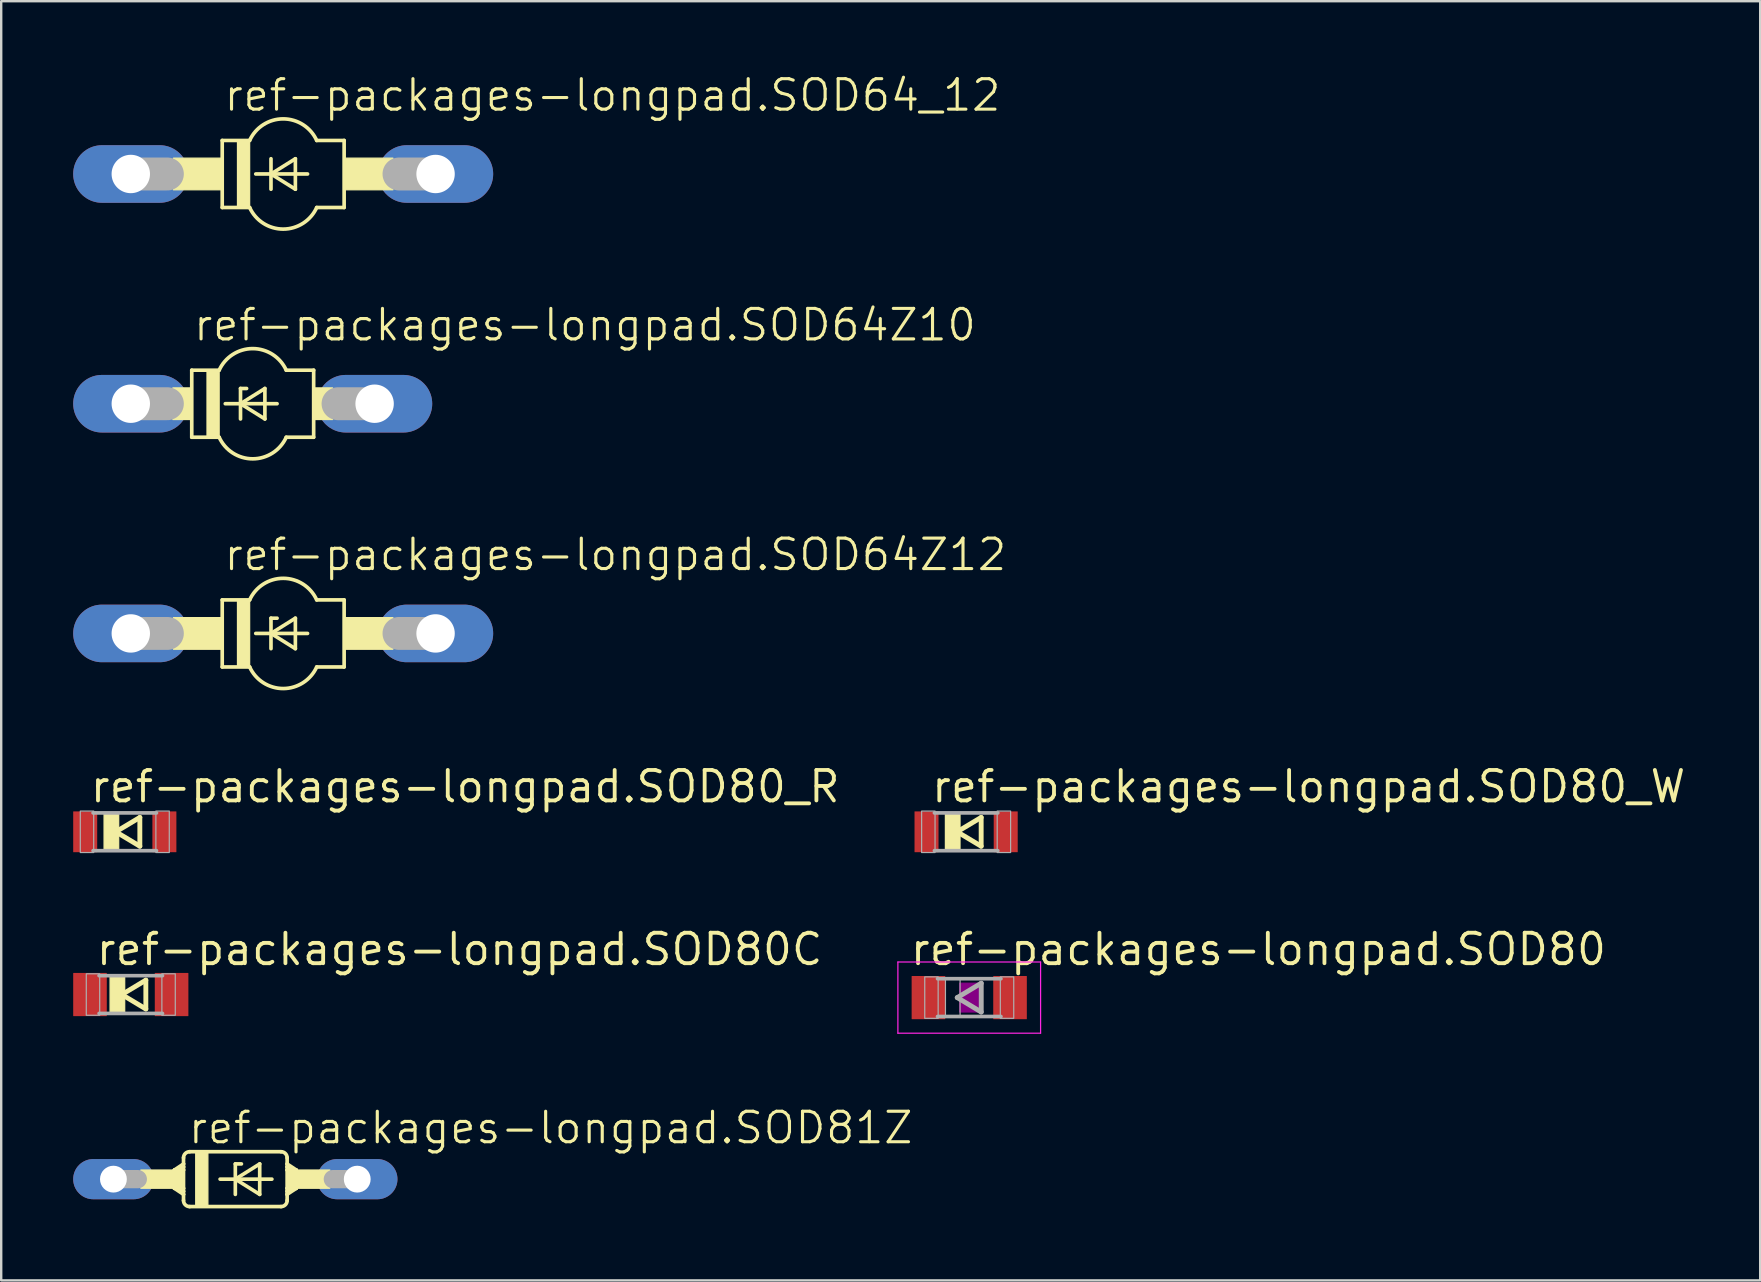
<source format=kicad_pcb>
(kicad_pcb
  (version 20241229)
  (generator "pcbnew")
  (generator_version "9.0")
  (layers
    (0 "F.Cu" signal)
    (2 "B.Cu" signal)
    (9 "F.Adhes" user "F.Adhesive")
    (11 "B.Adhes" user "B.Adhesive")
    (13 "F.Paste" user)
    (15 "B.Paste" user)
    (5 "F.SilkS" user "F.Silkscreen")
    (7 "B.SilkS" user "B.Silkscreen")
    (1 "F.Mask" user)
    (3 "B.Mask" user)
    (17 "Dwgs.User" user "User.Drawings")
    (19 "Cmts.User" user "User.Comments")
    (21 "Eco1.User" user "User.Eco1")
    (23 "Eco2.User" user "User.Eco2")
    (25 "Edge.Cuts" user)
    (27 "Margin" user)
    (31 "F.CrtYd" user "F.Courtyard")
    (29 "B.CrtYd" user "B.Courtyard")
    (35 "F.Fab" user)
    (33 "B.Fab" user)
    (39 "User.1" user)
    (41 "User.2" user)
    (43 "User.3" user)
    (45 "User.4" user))
  (footprint "ref-packages-longpad.SOD64Z12"
    (layer "F.Cu")
    (at 8.75 23.345)
    (property "Reference" "ref-packages-longpad.SOD64Z12" (at -2.54 -2.54 0) (layer "F.SilkS") (effects (font (size 1.27 1.27) (thickness 0.13)) (justify left bottom)))
    (attr through_hole)
    (fp_line (start -2.54 -1.397) (end -2.54 1.397) (stroke (width 0.152) (type default)) (layer "F.SilkS"))
    (fp_line (start -2.54 -1.397) (end -1.397 -1.397) (stroke (width 0.152) (type default)) (layer "F.SilkS"))
    (fp_line (start -2.54 1.397) (end -1.397 1.397) (stroke (width 0.152) (type default)) (layer "F.SilkS"))
    (fp_line (start -1.143 0) (end -0.508 0) (stroke (width 0.152) (type default)) (layer "F.SilkS"))
    (fp_line (start -0.508 -0.635) (end -0.508 0) (stroke (width 0.152) (type default)) (layer "F.SilkS"))
    (fp_line (start -0.508 0) (end -0.508 0.635) (stroke (width 0.152) (type default)) (layer "F.SilkS"))
    (fp_line (start -0.508 0) (end 0.508 -0.635) (stroke (width 0.152) (type default)) (layer "F.SilkS"))
    (fp_line (start -0.508 0) (end 1.016 0) (stroke (width 0.152) (type default)) (layer "F.SilkS"))
    (fp_line (start -0.254 -0.635) (end -0.508 -0.635) (stroke (width 0.152) (type default)) (layer "F.SilkS"))
    (fp_line (start 0.508 -0.635) (end 0.508 0.635) (stroke (width 0.152) (type default)) (layer "F.SilkS"))
    (fp_line (start 0.508 0.635) (end -0.508 0) (stroke (width 0.152) (type default)) (layer "F.SilkS"))
    (fp_line (start 1.397 1.397) (end 2.54 1.397) (stroke (width 0.152) (type default)) (layer "F.SilkS"))
    (fp_line (start 2.54 -1.397) (end 1.397 -1.397) (stroke (width 0.152) (type default)) (layer "F.SilkS"))
    (fp_line (start 2.54 1.397) (end 2.54 -1.397) (stroke (width 0.152) (type default)) (layer "F.SilkS"))
    (fp_rect (start -4.572 0.66) (end -2.54 -0.66) (stroke (width 0.05) (type default)) (fill yes) (layer "F.SilkS"))
    (fp_rect (start -1.905 1.397) (end -1.397 -1.397) (stroke (width 0.05) (type default)) (fill yes) (layer "F.SilkS"))
    (fp_rect (start 2.54 0.66) (end 4.572 -0.66) (stroke (width 0.05) (type default)) (fill yes) (layer "F.SilkS"))
    (fp_arc (start -1.397 -1.397) (mid 0 -2.296547) (end 1.397 -1.397) (stroke (width 0.1524) (type default)) (layer "F.SilkS"))
    (fp_arc (start 1.397 1.397) (mid 0 2.296547) (end -1.397 1.397) (stroke (width 0.1524) (type default)) (layer "F.SilkS"))
    (fp_line (start -6.35 0) (end -4.826 0) (stroke (width 1.372) (type default)) (layer "F.Fab"))
    (fp_line (start 6.35 0) (end 4.826 0) (stroke (width 1.372) (type default)) (layer "F.Fab"))
    (pad "A" thru_hole oval (at 6.35 0) (size 4.801 2.4) (drill 1.6) (layers "*.Cu" "*.Mask"))
    (pad "C" thru_hole oval (at -6.35 0) (size 4.801 2.4) (drill 1.6) (layers "*.Cu" "*.Mask")))
  (footprint "ref-packages-longpad.SOD80C"
    (layer "F.Cu")
    (at 2.4 38.393)
    (property "Reference" "ref-packages-longpad.SOD80C" (at -1.524 -1.143 0) (layer "F.SilkS") (effects (font (size 1.27 1.27) (thickness 0.16)) (justify left bottom)))
    (attr smd)
    (fp_line (start -0.373 0) (end 0.627 0.6) (stroke (width 0.203) (type default)) (layer "F.SilkS"))
    (fp_line (start 0.627 -0.6) (end -0.373 0) (stroke (width 0.203) (type default)) (layer "F.SilkS"))
    (fp_line (start 0.627 0.6) (end 0.627 -0.6) (stroke (width 0.203) (type default)) (layer "F.SilkS"))
    (fp_rect (start -0.864 0.787) (end -0.254 -0.787) (stroke (width 0.05) (type default)) (fill yes) (layer "F.SilkS"))
    (fp_line (start 1.321 -0.787) (end -1.321 -0.787) (stroke (width 0.152) (type default)) (layer "F.Fab"))
    (fp_line (start 1.321 0.787) (end -1.321 0.787) (stroke (width 0.152) (type default)) (layer "F.Fab"))
    (fp_rect (start -1.854 0.864) (end -1.295 -0.864) (stroke (width 0.05) (type default)) (fill no) (layer "F.Fab"))
    (fp_rect (start 1.295 0.864) (end 1.854 -0.864) (stroke (width 0.05) (type default)) (fill no) (layer "F.Fab"))
    (pad "A" smd roundrect (at 1.7 0) (size 1.4 1.8) (layers "F.Cu" "F.Mask" "F.Paste") (roundrect_rratio 0.01))
    (pad "C" smd roundrect (at -1.7 0) (size 1.4 1.8) (layers "F.Cu" "F.Mask" "F.Paste") (roundrect_rratio 0.01)))
  (footprint "ref-packages-longpad.SOD80_R"
    (layer "F.Cu")
    (at 2.15 31.611)
    (property "Reference" "ref-packages-longpad.SOD80_R" (at -1.524 -1.143 0) (layer "F.SilkS") (effects (font (size 1.27 1.27) (thickness 0.16)) (justify left bottom)))
    (attr smd)
    (fp_line (start -0.373 0) (end 0.627 0.6) (stroke (width 0.203) (type default)) (layer "F.SilkS"))
    (fp_line (start 0.627 -0.6) (end -0.373 0) (stroke (width 0.203) (type default)) (layer "F.SilkS"))
    (fp_line (start 0.627 0.6) (end 0.627 -0.6) (stroke (width 0.203) (type default)) (layer "F.SilkS"))
    (fp_rect (start -0.864 0.787) (end -0.254 -0.787) (stroke (width 0.05) (type default)) (fill yes) (layer "F.SilkS"))
    (fp_line (start 1.321 -0.787) (end -1.321 -0.787) (stroke (width 0.152) (type default)) (layer "F.Fab"))
    (fp_line (start 1.321 0.787) (end -1.321 0.787) (stroke (width 0.152) (type default)) (layer "F.Fab"))
    (fp_rect (start -1.854 0.864) (end -1.295 -0.864) (stroke (width 0.05) (type default)) (fill no) (layer "F.Fab"))
    (fp_rect (start 1.295 0.864) (end 1.854 -0.864) (stroke (width 0.05) (type default)) (fill no) (layer "F.Fab"))
    (pad "A" smd roundrect (at 1.65 0) (size 1 1.7) (layers "F.Cu" "F.Mask" "F.Paste") (roundrect_rratio 0.01))
    (pad "C" smd roundrect (at -1.65 0) (size 1 1.7) (layers "F.Cu" "F.Mask" "F.Paste") (roundrect_rratio 0.01)))
  (footprint "ref-packages-longpad.SOD80"
    (layer "F.Cu")
    (at 37.338 38.52)
    (property "Reference" "ref-packages-longpad.SOD80" (at -2.54 -1.27 0) (layer "F.SilkS") (effects (font (size 1.27 1.27) (thickness 0.16)) (justify left bottom)))
    (attr smd)
    (fp_rect (start -0.4 0.6) (end 0.4 -0.6) (stroke (width 0.05) (type default)) (fill yes) (layer "F.Adhes"))
    (fp_line (start -2.973 -1.483) (end 2.973 -1.483) (stroke (width 0.051) (type default)) (layer "F.CrtYd"))
    (fp_line (start -2.973 1.483) (end -2.973 -1.483) (stroke (width 0.051) (type default)) (layer "F.CrtYd"))
    (fp_line (start 2.973 -1.483) (end 2.973 1.483) (stroke (width 0.051) (type default)) (layer "F.CrtYd"))
    (fp_line (start 2.973 1.483) (end -2.973 1.483) (stroke (width 0.051) (type default)) (layer "F.CrtYd"))
    (fp_line (start -0.5 0) (end 0.5 0.6) (stroke (width 0.203) (type default)) (layer "F.Fab"))
    (fp_line (start 0.5 -0.6) (end -0.5 0) (stroke (width 0.203) (type default)) (layer "F.Fab"))
    (fp_line (start 0.5 0.6) (end 0.5 -0.6) (stroke (width 0.203) (type default)) (layer "F.Fab"))
    (fp_line (start 1.321 -0.787) (end -1.321 -0.787) (stroke (width 0.152) (type default)) (layer "F.Fab"))
    (fp_line (start 1.321 0.787) (end -1.321 0.787) (stroke (width 0.152) (type default)) (layer "F.Fab"))
    (fp_rect (start -1.854 0.864) (end -1.295 -0.864) (stroke (width 0.05) (type default)) (fill no) (layer "F.Fab"))
    (fp_rect (start -0.991 0.787) (end -0.381 -0.787) (stroke (width 0.05) (type default)) (fill no) (layer "F.Fab"))
    (fp_rect (start 1.295 0.864) (end 1.854 -0.864) (stroke (width 0.05) (type default)) (fill no) (layer "F.Fab"))
    (pad "1" smd roundrect (at -1.7 0) (size 1.4 1.8) (layers "F.Cu" "F.Mask" "F.Paste") (roundrect_rratio 0.01))
    (pad "2" smd roundrect (at 1.7 0) (size 1.4 1.8) (layers "F.Cu" "F.Mask" "F.Paste") (roundrect_rratio 0.01)))
  (footprint "ref-packages-longpad.SOD64_12"
    (layer "F.Cu")
    (at 8.75 4.2)
    (property "Reference" "ref-packages-longpad.SOD64_12" (at -2.54 -2.54 0) (layer "F.SilkS") (effects (font (size 1.27 1.27) (thickness 0.13)) (justify left bottom)))
    (attr through_hole)
    (fp_line (start -2.54 -1.397) (end -2.54 1.397) (stroke (width 0.152) (type default)) (layer "F.SilkS"))
    (fp_line (start -2.54 -1.397) (end -1.397 -1.397) (stroke (width 0.152) (type default)) (layer "F.SilkS"))
    (fp_line (start -2.54 1.397) (end -1.397 1.397) (stroke (width 0.152) (type default)) (layer "F.SilkS"))
    (fp_line (start -1.143 0) (end -0.508 0) (stroke (width 0.152) (type default)) (layer "F.SilkS"))
    (fp_line (start -0.508 -0.635) (end -0.508 0) (stroke (width 0.152) (type default)) (layer "F.SilkS"))
    (fp_line (start -0.508 0) (end -0.508 0.635) (stroke (width 0.152) (type default)) (layer "F.SilkS"))
    (fp_line (start -0.508 0) (end 0.508 -0.635) (stroke (width 0.152) (type default)) (layer "F.SilkS"))
    (fp_line (start -0.508 0) (end 1.016 0) (stroke (width 0.152) (type default)) (layer "F.SilkS"))
    (fp_line (start 0.508 -0.635) (end 0.508 0.635) (stroke (width 0.152) (type default)) (layer "F.SilkS"))
    (fp_line (start 0.508 0.635) (end -0.508 0) (stroke (width 0.152) (type default)) (layer "F.SilkS"))
    (fp_line (start 1.397 1.397) (end 2.54 1.397) (stroke (width 0.152) (type default)) (layer "F.SilkS"))
    (fp_line (start 2.54 -1.397) (end 1.397 -1.397) (stroke (width 0.152) (type default)) (layer "F.SilkS"))
    (fp_line (start 2.54 1.397) (end 2.54 -1.397) (stroke (width 0.152) (type default)) (layer "F.SilkS"))
    (fp_rect (start -4.572 0.66) (end -2.54 -0.66) (stroke (width 0.05) (type default)) (fill yes) (layer "F.SilkS"))
    (fp_rect (start -1.905 1.397) (end -1.397 -1.397) (stroke (width 0.05) (type default)) (fill yes) (layer "F.SilkS"))
    (fp_rect (start 2.54 0.66) (end 4.572 -0.66) (stroke (width 0.05) (type default)) (fill yes) (layer "F.SilkS"))
    (fp_arc (start -1.397 -1.397) (mid 0 -2.296547) (end 1.397 -1.397) (stroke (width 0.1524) (type default)) (layer "F.SilkS"))
    (fp_arc (start 1.397 1.397) (mid 0 2.296547) (end -1.397 1.397) (stroke (width 0.1524) (type default)) (layer "F.SilkS"))
    (fp_line (start -6.35 0) (end -4.826 0) (stroke (width 1.372) (type default)) (layer "F.Fab"))
    (fp_line (start 6.35 0) (end 4.826 0) (stroke (width 1.372) (type default)) (layer "F.Fab"))
    (pad "A" thru_hole oval (at 6.35 0) (size 4.801 2.4) (drill 1.6) (layers "*.Cu" "*.Mask"))
    (pad "C" thru_hole oval (at -6.35 0) (size 4.801 2.4) (drill 1.6) (layers "*.Cu" "*.Mask")))
  (footprint "ref-packages-longpad.SOD80_W"
    (layer "F.Cu")
    (at 37.208 31.611)
    (property "Reference" "ref-packages-longpad.SOD80_W" (at -1.524 -1.143 0) (layer "F.SilkS") (effects (font (size 1.27 1.27) (thickness 0.16)) (justify left bottom)))
    (attr smd)
    (fp_line (start -0.373 0) (end 0.627 0.6) (stroke (width 0.203) (type default)) (layer "F.SilkS"))
    (fp_line (start 0.627 -0.6) (end -0.373 0) (stroke (width 0.203) (type default)) (layer "F.SilkS"))
    (fp_line (start 0.627 0.6) (end 0.627 -0.6) (stroke (width 0.203) (type default)) (layer "F.SilkS"))
    (fp_rect (start -0.864 0.787) (end -0.254 -0.787) (stroke (width 0.05) (type default)) (fill yes) (layer "F.SilkS"))
    (fp_line (start 1.321 -0.787) (end -1.321 -0.787) (stroke (width 0.152) (type default)) (layer "F.Fab"))
    (fp_line (start 1.321 0.787) (end -1.321 0.787) (stroke (width 0.152) (type default)) (layer "F.Fab"))
    (fp_rect (start -1.854 0.864) (end -1.295 -0.864) (stroke (width 0.05) (type default)) (fill no) (layer "F.Fab"))
    (fp_rect (start 1.295 0.864) (end 1.854 -0.864) (stroke (width 0.05) (type default)) (fill no) (layer "F.Fab"))
    (pad "A" smd roundrect (at 1.65 0) (size 1 1.7) (layers "F.Cu" "F.Mask" "F.Paste") (roundrect_rratio 0.01))
    (pad "C" smd roundrect (at -1.65 0) (size 1 1.7) (layers "F.Cu" "F.Mask" "F.Paste") (roundrect_rratio 0.01)))
  (footprint "ref-packages-longpad.SOD64Z10"
    (layer "F.Cu")
    (at 7.48 13.773)
    (property "Reference" "ref-packages-longpad.SOD64Z10" (at -2.54 -2.54 0) (layer "F.SilkS") (effects (font (size 1.27 1.27) (thickness 0.13)) (justify left bottom)))
    (attr through_hole)
    (fp_line (start -2.54 -1.397) (end -2.54 1.397) (stroke (width 0.152) (type default)) (layer "F.SilkS"))
    (fp_line (start -2.54 -1.397) (end -1.397 -1.397) (stroke (width 0.152) (type default)) (layer "F.SilkS"))
    (fp_line (start -2.54 1.397) (end -1.397 1.397) (stroke (width 0.152) (type default)) (layer "F.SilkS"))
    (fp_line (start -1.143 0) (end -0.508 0) (stroke (width 0.152) (type default)) (layer "F.SilkS"))
    (fp_line (start -0.508 -0.635) (end -0.508 0) (stroke (width 0.152) (type default)) (layer "F.SilkS"))
    (fp_line (start -0.508 0) (end -0.508 0.635) (stroke (width 0.152) (type default)) (layer "F.SilkS"))
    (fp_line (start -0.508 0) (end 0.508 -0.635) (stroke (width 0.152) (type default)) (layer "F.SilkS"))
    (fp_line (start -0.508 0) (end 1.016 0) (stroke (width 0.152) (type default)) (layer "F.SilkS"))
    (fp_line (start -0.254 -0.635) (end -0.508 -0.635) (stroke (width 0.152) (type default)) (layer "F.SilkS"))
    (fp_line (start 0.508 -0.635) (end 0.508 0.635) (stroke (width 0.152) (type default)) (layer "F.SilkS"))
    (fp_line (start 0.508 0.635) (end -0.508 0) (stroke (width 0.152) (type default)) (layer "F.SilkS"))
    (fp_line (start 1.397 1.397) (end 2.54 1.397) (stroke (width 0.152) (type default)) (layer "F.SilkS"))
    (fp_line (start 2.54 -1.397) (end 1.397 -1.397) (stroke (width 0.152) (type default)) (layer "F.SilkS"))
    (fp_line (start 2.54 1.397) (end 2.54 -1.397) (stroke (width 0.152) (type default)) (layer "F.SilkS"))
    (fp_rect (start -3.327 0.66) (end -2.54 -0.66) (stroke (width 0.05) (type default)) (fill yes) (layer "F.SilkS"))
    (fp_rect (start -1.905 1.397) (end -1.397 -1.397) (stroke (width 0.05) (type default)) (fill yes) (layer "F.SilkS"))
    (fp_rect (start 2.54 0.66) (end 3.327 -0.66) (stroke (width 0.05) (type default)) (fill yes) (layer "F.SilkS"))
    (fp_arc (start -1.397 -1.397) (mid 0 -2.296547) (end 1.397 -1.397) (stroke (width 0.1524) (type default)) (layer "F.SilkS"))
    (fp_arc (start 1.397 1.397) (mid 0 2.296547) (end -1.397 1.397) (stroke (width 0.1524) (type default)) (layer "F.SilkS"))
    (fp_line (start -5.08 0) (end -3.556 0) (stroke (width 1.372) (type default)) (layer "F.Fab"))
    (fp_line (start 5.08 0) (end 3.556 0) (stroke (width 1.372) (type default)) (layer "F.Fab"))
    (pad "A" thru_hole oval (at 5.08 0) (size 4.801 2.4) (drill 1.6) (layers "*.Cu" "*.Mask"))
    (pad "C" thru_hole oval (at -5.08 0) (size 4.801 2.4) (drill 1.6) (layers "*.Cu" "*.Mask")))
  (footprint "ref-packages-longpad.SOD81Z"
    (layer "F.Cu")
    (at 6.756 46.085)
    (property "Reference" "ref-packages-longpad.SOD81Z" (at -2.032 -1.397 0) (layer "F.SilkS") (effects (font (size 1.27 1.27) (thickness 0.13)) (justify left bottom)))
    (attr through_hole)
    (fp_line (start -2.54 -0.381) (end -2.54 0.381) (stroke (width 0.152) (type default)) (layer "F.SilkS"))
    (fp_line (start -2.54 -0.381) (end -2.413 -0.381) (stroke (width 0.152) (type default)) (layer "F.SilkS"))
    (fp_line (start -2.54 0.381) (end -2.413 0.381) (stroke (width 0.152) (type default)) (layer "F.SilkS"))
    (fp_line (start -2.54 0.381) (end -2.159 0.635) (stroke (width 0.152) (type default)) (layer "F.SilkS"))
    (fp_line (start -2.413 -0.381) (end -2.159 -0.381) (stroke (width 0.152) (type default)) (layer "F.SilkS"))
    (fp_line (start -2.413 0.381) (end -2.159 0.381) (stroke (width 0.152) (type default)) (layer "F.SilkS"))
    (fp_line (start -2.159 -0.635) (end -2.54 -0.381) (stroke (width 0.152) (type default)) (layer "F.SilkS"))
    (fp_line (start -2.159 -0.635) (end -2.159 -0.889) (stroke (width 0.152) (type default)) (layer "F.SilkS"))
    (fp_line (start -2.159 -0.635) (end -2.159 -0.508) (stroke (width 0.152) (type default)) (layer "F.SilkS"))
    (fp_line (start -2.159 -0.508) (end -2.413 -0.381) (stroke (width 0.152) (type default)) (layer "F.SilkS"))
    (fp_line (start -2.159 -0.508) (end -2.159 -0.381) (stroke (width 0.152) (type default)) (layer "F.SilkS"))
    (fp_line (start -2.159 -0.381) (end -2.159 0.381) (stroke (width 0.152) (type default)) (layer "F.SilkS"))
    (fp_line (start -2.159 0.381) (end -2.159 0.508) (stroke (width 0.152) (type default)) (layer "F.SilkS"))
    (fp_line (start -2.159 0.508) (end -2.413 0.381) (stroke (width 0.152) (type default)) (layer "F.SilkS"))
    (fp_line (start -2.159 0.508) (end -2.159 0.635) (stroke (width 0.152) (type default)) (layer "F.SilkS"))
    (fp_line (start -2.159 0.635) (end -2.159 0.889) (stroke (width 0.152) (type default)) (layer "F.SilkS"))
    (fp_line (start -1.905 -1.143) (end 1.905 -1.143) (stroke (width 0.152) (type default)) (layer "F.SilkS"))
    (fp_line (start -1.905 1.143) (end 1.905 1.143) (stroke (width 0.152) (type default)) (layer "F.SilkS"))
    (fp_line (start -0.635 0) (end 0 0) (stroke (width 0.152) (type default)) (layer "F.SilkS"))
    (fp_line (start 0 -0.635) (end 0 0) (stroke (width 0.152) (type default)) (layer "F.SilkS"))
    (fp_line (start 0 0) (end 0 0.635) (stroke (width 0.152) (type default)) (layer "F.SilkS"))
    (fp_line (start 0 0) (end 1.016 -0.635) (stroke (width 0.152) (type default)) (layer "F.SilkS"))
    (fp_line (start 0 0) (end 1.524 0) (stroke (width 0.152) (type default)) (layer "F.SilkS"))
    (fp_line (start 0.254 -0.635) (end 0 -0.635) (stroke (width 0.152) (type default)) (layer "F.SilkS"))
    (fp_line (start 1.016 -0.635) (end 1.016 0.635) (stroke (width 0.152) (type default)) (layer "F.SilkS"))
    (fp_line (start 1.016 0.635) (end 0 0) (stroke (width 0.152) (type default)) (layer "F.SilkS"))
    (fp_line (start 2.159 -0.635) (end 2.159 -0.889) (stroke (width 0.152) (type default)) (layer "F.SilkS"))
    (fp_line (start 2.159 -0.635) (end 2.54 -0.381) (stroke (width 0.152) (type default)) (layer "F.SilkS"))
    (fp_line (start 2.159 -0.508) (end 2.159 -0.635) (stroke (width 0.152) (type default)) (layer "F.SilkS"))
    (fp_line (start 2.159 -0.508) (end 2.413 -0.381) (stroke (width 0.152) (type default)) (layer "F.SilkS"))
    (fp_line (start 2.159 -0.381) (end 2.159 -0.508) (stroke (width 0.152) (type default)) (layer "F.SilkS"))
    (fp_line (start 2.159 0.381) (end 2.159 -0.381) (stroke (width 0.152) (type default)) (layer "F.SilkS"))
    (fp_line (start 2.159 0.508) (end 2.159 0.381) (stroke (width 0.152) (type default)) (layer "F.SilkS"))
    (fp_line (start 2.159 0.508) (end 2.413 0.381) (stroke (width 0.152) (type default)) (layer "F.SilkS"))
    (fp_line (start 2.159 0.635) (end 2.159 0.508) (stroke (width 0.152) (type default)) (layer "F.SilkS"))
    (fp_line (start 2.159 0.635) (end 2.159 0.889) (stroke (width 0.152) (type default)) (layer "F.SilkS"))
    (fp_line (start 2.159 0.635) (end 2.54 0.381) (stroke (width 0.152) (type default)) (layer "F.SilkS"))
    (fp_line (start 2.413 -0.381) (end 2.159 -0.381) (stroke (width 0.152) (type default)) (layer "F.SilkS"))
    (fp_line (start 2.413 0.381) (end 2.159 0.381) (stroke (width 0.152) (type default)) (layer "F.SilkS"))
    (fp_line (start 2.54 -0.381) (end 2.413 -0.381) (stroke (width 0.152) (type default)) (layer "F.SilkS"))
    (fp_line (start 2.54 -0.381) (end 2.54 0.381) (stroke (width 0.152) (type default)) (layer "F.SilkS"))
    (fp_line (start 2.54 0.381) (end 2.413 0.381) (stroke (width 0.152) (type default)) (layer "F.SilkS"))
    (fp_rect (start -3.937 0.381) (end -2.159 -0.381) (stroke (width 0.05) (type default)) (fill yes) (layer "F.SilkS"))
    (fp_rect (start -1.651 1.143) (end -1.143 -1.143) (stroke (width 0.05) (type default)) (fill yes) (layer "F.SilkS"))
    (fp_rect (start 2.159 0.381) (end 3.937 -0.381) (stroke (width 0.05) (type default)) (fill yes) (layer "F.SilkS"))
    (fp_arc (start -2.159 -0.889) (mid -2.084605 -1.068605) (end -1.905 -1.143) (stroke (width 0.1524) (type default)) (layer "F.SilkS"))
    (fp_arc (start -1.905 1.143) (mid -2.084605 1.068605) (end -2.159 0.889) (stroke (width 0.1524) (type default)) (layer "F.SilkS"))
    (fp_arc (start 1.905 -1.143) (mid 2.084605 -1.068605) (end 2.159 -0.889) (stroke (width 0.1524) (type default)) (layer "F.SilkS"))
    (fp_arc (start 2.159 0.889) (mid 2.084605 1.068605) (end 1.905 1.143) (stroke (width 0.1524) (type default)) (layer "F.SilkS"))
    (fp_line (start -5.08 0) (end -4.064 0) (stroke (width 0.762) (type default)) (layer "F.Fab"))
    (fp_line (start 5.08 0) (end 4.064 0) (stroke (width 0.762) (type default)) (layer "F.Fab"))
    (pad "A" thru_hole oval (at 5.08 0) (size 3.353 1.676) (drill 1.118) (layers "*.Cu" "*.Mask"))
    (pad "C" thru_hole oval (at -5.08 0) (size 3.353 1.676) (drill 1.118) (layers "*.Cu" "*.Mask")))
  (gr_rect
    (start -3 -3)
    (end 70.297 50.304)
    (stroke (width 0.1) (type default))
    (fill no)
    (layer "Edge.Cuts")))
</source>
